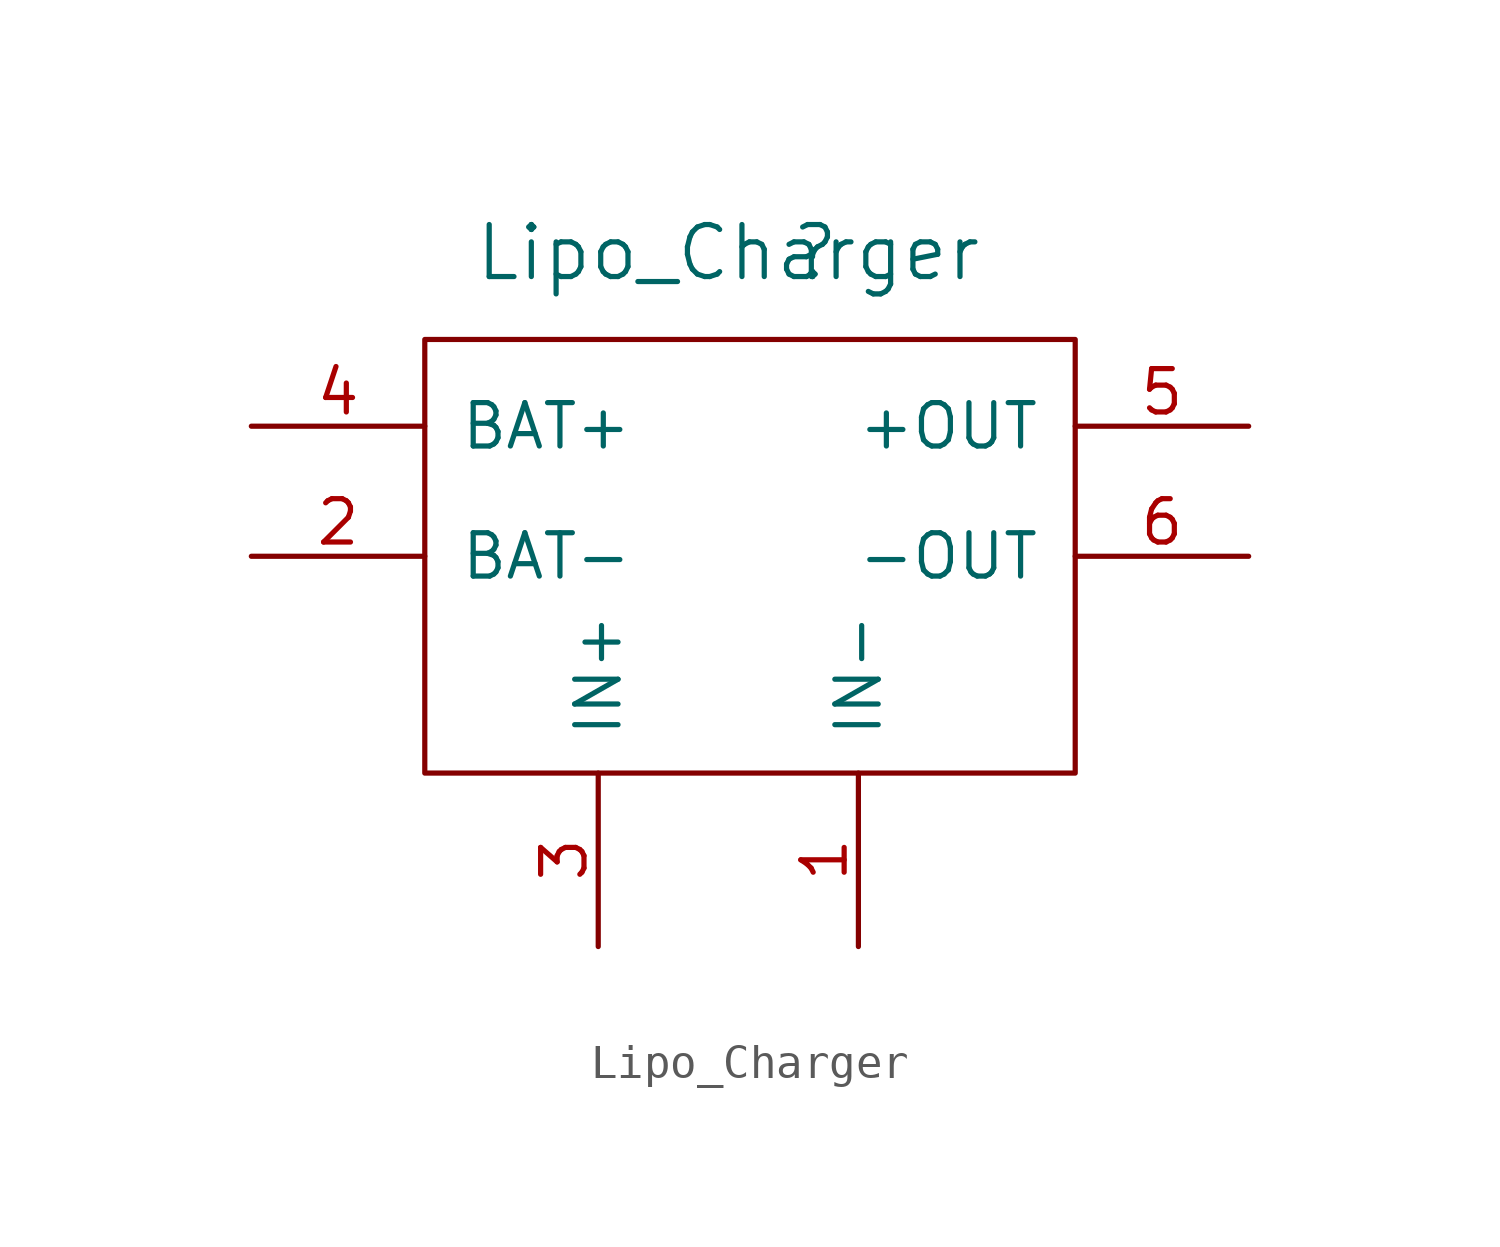
<source format=kicad_sym>
(kicad_symbol_lib
  (version 20200827)
  (generator kicad_symbol_editor)
  (symbol "dw01:Lipo_Charger"
    (pin_names
      (offset 1.016))
    (property "Reference" "\n"
      (at 2.54 8.89 0)
      (effects (font (size 1.524 1.524))))
    (property "Value" "Lipo_Charger"
      (at 0 8.89 0)
      (effects (font (size 1.524 1.524))))
    (symbol "Lipo_Charger_0_1"
      (rectangle (start -8.89 6.35) (end 10.16 -6.35) (stroke (width 0)) (fill (type none))))
    (symbol "Lipo_Charger_1_1"
      (pin input line (at 3.81 -11.43 90) (length 5.08) (name "IN-" (effects (font (size 1.27 1.27)))) (number "1" (effects (font (size 1.27 1.27)))))
      (pin input line (at -13.97 0 0) (length 5.08) (name "BAT-" (effects (font (size 1.27 1.27)))) (number "2" (effects (font (size 1.27 1.27)))))
      (pin input line (at -3.81 -11.43 90) (length 5.08) (name "IN+" (effects (font (size 1.27 1.27)))) (number "3" (effects (font (size 1.27 1.27)))))
      (pin input line (at -13.97 3.81 0) (length 5.08) (name "BAT+" (effects (font (size 1.27 1.27)))) (number "4" (effects (font (size 1.27 1.27)))))
      (pin input line (at 15.24 3.81 180) (length 5.08) (name "+OUT" (effects (font (size 1.27 1.27)))) (number "5" (effects (font (size 1.27 1.27)))))
      (pin input line (at 15.24 0 180) (length 5.08) (name "-OUT" (effects (font (size 1.27 1.27)))) (number "6" (effects (font (size 1.27 1.27))))))))
</source>
